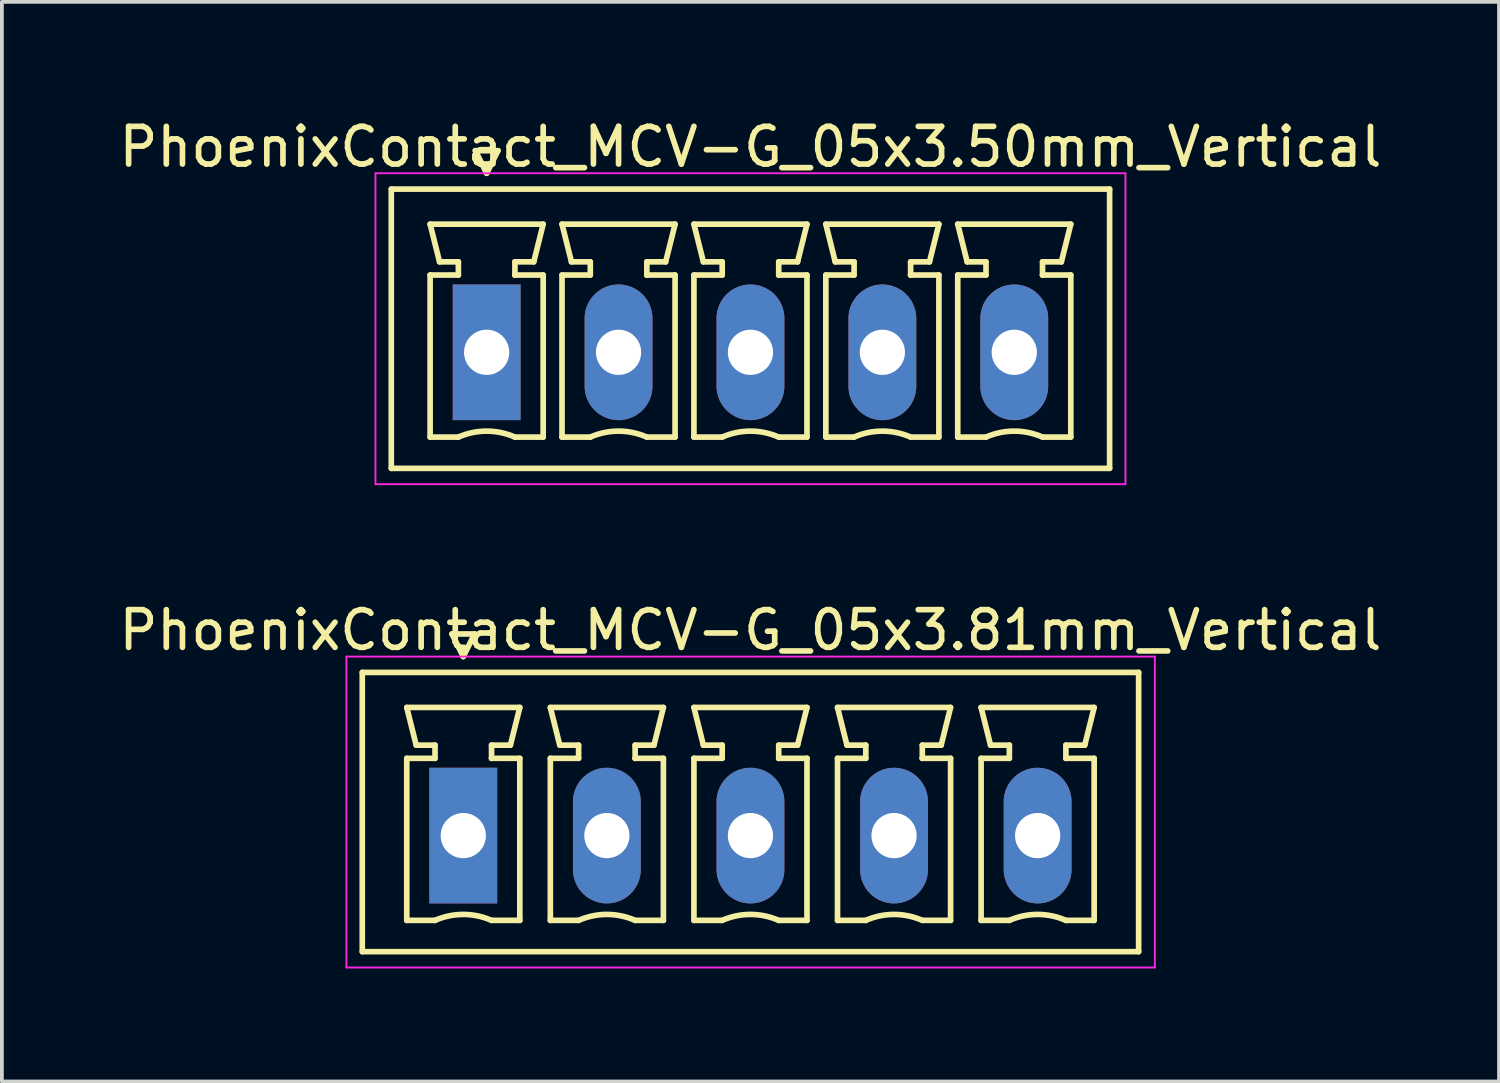
<source format=kicad_pcb>
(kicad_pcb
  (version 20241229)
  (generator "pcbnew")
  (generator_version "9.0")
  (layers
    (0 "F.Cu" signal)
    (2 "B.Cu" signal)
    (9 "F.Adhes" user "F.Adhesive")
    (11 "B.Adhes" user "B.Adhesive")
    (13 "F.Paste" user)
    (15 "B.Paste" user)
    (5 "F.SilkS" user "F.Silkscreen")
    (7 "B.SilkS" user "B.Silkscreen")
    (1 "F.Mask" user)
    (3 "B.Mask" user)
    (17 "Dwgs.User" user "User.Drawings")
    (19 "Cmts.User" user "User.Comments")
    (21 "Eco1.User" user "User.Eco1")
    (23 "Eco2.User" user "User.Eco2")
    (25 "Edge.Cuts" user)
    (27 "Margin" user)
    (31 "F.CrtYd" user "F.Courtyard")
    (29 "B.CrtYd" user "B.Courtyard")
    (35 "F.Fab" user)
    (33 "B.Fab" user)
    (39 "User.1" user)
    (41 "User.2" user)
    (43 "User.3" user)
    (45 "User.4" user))
  (footprint "PhoenixContact_MCV-G_05x3.81mm_Vertical"
    (layer "F.Cu")
    (at 9.243 19.122)
    (property "Reference" "PhoenixContact_MCV-G_05x3.81mm_Vertical" (at 7.62 -5.45 0) (layer "F.SilkS") (effects (font (size 1 1) (thickness 0.15))))
    (attr through_hole)
    (fp_line (start -2.68 -4.33) (end -2.68 3.08) (stroke (width 0.15) (type solid)) (layer "F.SilkS"))
    (fp_line (start -2.68 3.08) (end 17.92 3.08) (stroke (width 0.15) (type solid)) (layer "F.SilkS"))
    (fp_line (start -1.5 -3.4) (end 1.5 -3.4) (stroke (width 0.15) (type solid)) (layer "F.SilkS"))
    (fp_line (start -1.5 -2.05) (end -0.75 -2.05) (stroke (width 0.15) (type solid)) (layer "F.SilkS"))
    (fp_line (start -1.5 2.25) (end -1.5 -2.05) (stroke (width 0.15) (type solid)) (layer "F.SilkS"))
    (fp_line (start -1.25 -2.4) (end -1.5 -3.4) (stroke (width 0.15) (type solid)) (layer "F.SilkS"))
    (fp_line (start -0.75 -2.4) (end -1.25 -2.4) (stroke (width 0.15) (type solid)) (layer "F.SilkS"))
    (fp_line (start -0.75 -2.05) (end -0.75 -2.4) (stroke (width 0.15) (type solid)) (layer "F.SilkS"))
    (fp_line (start -0.75 2.25) (end -1.5 2.25) (stroke (width 0.15) (type solid)) (layer "F.SilkS"))
    (fp_line (start -0.3 -5.35) (end 0 -4.75) (stroke (width 0.15) (type solid)) (layer "F.SilkS"))
    (fp_line (start 0 -4.75) (end 0.3 -5.35) (stroke (width 0.15) (type solid)) (layer "F.SilkS"))
    (fp_line (start 0.3 -5.35) (end -0.3 -5.35) (stroke (width 0.15) (type solid)) (layer "F.SilkS"))
    (fp_line (start 0.75 -2.4) (end 0.75 -2.05) (stroke (width 0.15) (type solid)) (layer "F.SilkS"))
    (fp_line (start 0.75 -2.05) (end 0.75 -2.05) (stroke (width 0.15) (type solid)) (layer "F.SilkS"))
    (fp_line (start 0.75 -2.05) (end 1.5 -2.05) (stroke (width 0.15) (type solid)) (layer "F.SilkS"))
    (fp_line (start 1.25 -2.4) (end 0.75 -2.4) (stroke (width 0.15) (type solid)) (layer "F.SilkS"))
    (fp_line (start 1.5 -3.4) (end 1.25 -2.4) (stroke (width 0.15) (type solid)) (layer "F.SilkS"))
    (fp_line (start 1.5 -2.05) (end 1.5 2.25) (stroke (width 0.15) (type solid)) (layer "F.SilkS"))
    (fp_line (start 1.5 2.25) (end 0.75 2.25) (stroke (width 0.15) (type solid)) (layer "F.SilkS"))
    (fp_line (start 2.31 -3.4) (end 5.31 -3.4) (stroke (width 0.15) (type solid)) (layer "F.SilkS"))
    (fp_line (start 2.31 -2.05) (end 3.06 -2.05) (stroke (width 0.15) (type solid)) (layer "F.SilkS"))
    (fp_line (start 2.31 2.25) (end 2.31 -2.05) (stroke (width 0.15) (type solid)) (layer "F.SilkS"))
    (fp_line (start 2.56 -2.4) (end 2.31 -3.4) (stroke (width 0.15) (type solid)) (layer "F.SilkS"))
    (fp_line (start 3.06 -2.4) (end 2.56 -2.4) (stroke (width 0.15) (type solid)) (layer "F.SilkS"))
    (fp_line (start 3.06 -2.05) (end 3.06 -2.4) (stroke (width 0.15) (type solid)) (layer "F.SilkS"))
    (fp_line (start 3.06 2.25) (end 2.31 2.25) (stroke (width 0.15) (type solid)) (layer "F.SilkS"))
    (fp_line (start 4.56 -2.4) (end 4.56 -2.05) (stroke (width 0.15) (type solid)) (layer "F.SilkS"))
    (fp_line (start 4.56 -2.05) (end 4.56 -2.05) (stroke (width 0.15) (type solid)) (layer "F.SilkS"))
    (fp_line (start 4.56 -2.05) (end 5.31 -2.05) (stroke (width 0.15) (type solid)) (layer "F.SilkS"))
    (fp_line (start 5.06 -2.4) (end 4.56 -2.4) (stroke (width 0.15) (type solid)) (layer "F.SilkS"))
    (fp_line (start 5.31 -3.4) (end 5.06 -2.4) (stroke (width 0.15) (type solid)) (layer "F.SilkS"))
    (fp_line (start 5.31 -2.05) (end 5.31 2.25) (stroke (width 0.15) (type solid)) (layer "F.SilkS"))
    (fp_line (start 5.31 2.25) (end 4.56 2.25) (stroke (width 0.15) (type solid)) (layer "F.SilkS"))
    (fp_line (start 6.12 -3.4) (end 9.12 -3.4) (stroke (width 0.15) (type solid)) (layer "F.SilkS"))
    (fp_line (start 6.12 -2.05) (end 6.87 -2.05) (stroke (width 0.15) (type solid)) (layer "F.SilkS"))
    (fp_line (start 6.12 2.25) (end 6.12 -2.05) (stroke (width 0.15) (type solid)) (layer "F.SilkS"))
    (fp_line (start 6.37 -2.4) (end 6.12 -3.4) (stroke (width 0.15) (type solid)) (layer "F.SilkS"))
    (fp_line (start 6.87 -2.4) (end 6.37 -2.4) (stroke (width 0.15) (type solid)) (layer "F.SilkS"))
    (fp_line (start 6.87 -2.05) (end 6.87 -2.4) (stroke (width 0.15) (type solid)) (layer "F.SilkS"))
    (fp_line (start 6.87 2.25) (end 6.12 2.25) (stroke (width 0.15) (type solid)) (layer "F.SilkS"))
    (fp_line (start 8.37 -2.4) (end 8.37 -2.05) (stroke (width 0.15) (type solid)) (layer "F.SilkS"))
    (fp_line (start 8.37 -2.05) (end 8.37 -2.05) (stroke (width 0.15) (type solid)) (layer "F.SilkS"))
    (fp_line (start 8.37 -2.05) (end 9.12 -2.05) (stroke (width 0.15) (type solid)) (layer "F.SilkS"))
    (fp_line (start 8.87 -2.4) (end 8.37 -2.4) (stroke (width 0.15) (type solid)) (layer "F.SilkS"))
    (fp_line (start 9.12 -3.4) (end 8.87 -2.4) (stroke (width 0.15) (type solid)) (layer "F.SilkS"))
    (fp_line (start 9.12 -2.05) (end 9.12 2.25) (stroke (width 0.15) (type solid)) (layer "F.SilkS"))
    (fp_line (start 9.12 2.25) (end 8.37 2.25) (stroke (width 0.15) (type solid)) (layer "F.SilkS"))
    (fp_line (start 9.93 -3.4) (end 12.93 -3.4) (stroke (width 0.15) (type solid)) (layer "F.SilkS"))
    (fp_line (start 9.93 -2.05) (end 10.68 -2.05) (stroke (width 0.15) (type solid)) (layer "F.SilkS"))
    (fp_line (start 9.93 2.25) (end 9.93 -2.05) (stroke (width 0.15) (type solid)) (layer "F.SilkS"))
    (fp_line (start 10.18 -2.4) (end 9.93 -3.4) (stroke (width 0.15) (type solid)) (layer "F.SilkS"))
    (fp_line (start 10.68 -2.4) (end 10.18 -2.4) (stroke (width 0.15) (type solid)) (layer "F.SilkS"))
    (fp_line (start 10.68 -2.05) (end 10.68 -2.4) (stroke (width 0.15) (type solid)) (layer "F.SilkS"))
    (fp_line (start 10.68 2.25) (end 9.93 2.25) (stroke (width 0.15) (type solid)) (layer "F.SilkS"))
    (fp_line (start 12.18 -2.4) (end 12.18 -2.05) (stroke (width 0.15) (type solid)) (layer "F.SilkS"))
    (fp_line (start 12.18 -2.05) (end 12.18 -2.05) (stroke (width 0.15) (type solid)) (layer "F.SilkS"))
    (fp_line (start 12.18 -2.05) (end 12.93 -2.05) (stroke (width 0.15) (type solid)) (layer "F.SilkS"))
    (fp_line (start 12.68 -2.4) (end 12.18 -2.4) (stroke (width 0.15) (type solid)) (layer "F.SilkS"))
    (fp_line (start 12.93 -3.4) (end 12.68 -2.4) (stroke (width 0.15) (type solid)) (layer "F.SilkS"))
    (fp_line (start 12.93 -2.05) (end 12.93 2.25) (stroke (width 0.15) (type solid)) (layer "F.SilkS"))
    (fp_line (start 12.93 2.25) (end 12.18 2.25) (stroke (width 0.15) (type solid)) (layer "F.SilkS"))
    (fp_line (start 13.74 -3.4) (end 16.74 -3.4) (stroke (width 0.15) (type solid)) (layer "F.SilkS"))
    (fp_line (start 13.74 -2.05) (end 14.49 -2.05) (stroke (width 0.15) (type solid)) (layer "F.SilkS"))
    (fp_line (start 13.74 2.25) (end 13.74 -2.05) (stroke (width 0.15) (type solid)) (layer "F.SilkS"))
    (fp_line (start 13.99 -2.4) (end 13.74 -3.4) (stroke (width 0.15) (type solid)) (layer "F.SilkS"))
    (fp_line (start 14.49 -2.4) (end 13.99 -2.4) (stroke (width 0.15) (type solid)) (layer "F.SilkS"))
    (fp_line (start 14.49 -2.05) (end 14.49 -2.4) (stroke (width 0.15) (type solid)) (layer "F.SilkS"))
    (fp_line (start 14.49 2.25) (end 13.74 2.25) (stroke (width 0.15) (type solid)) (layer "F.SilkS"))
    (fp_line (start 15.99 -2.4) (end 15.99 -2.05) (stroke (width 0.15) (type solid)) (layer "F.SilkS"))
    (fp_line (start 15.99 -2.05) (end 15.99 -2.05) (stroke (width 0.15) (type solid)) (layer "F.SilkS"))
    (fp_line (start 15.99 -2.05) (end 16.74 -2.05) (stroke (width 0.15) (type solid)) (layer "F.SilkS"))
    (fp_line (start 16.49 -2.4) (end 15.99 -2.4) (stroke (width 0.15) (type solid)) (layer "F.SilkS"))
    (fp_line (start 16.74 -3.4) (end 16.49 -2.4) (stroke (width 0.15) (type solid)) (layer "F.SilkS"))
    (fp_line (start 16.74 -2.05) (end 16.74 2.25) (stroke (width 0.15) (type solid)) (layer "F.SilkS"))
    (fp_line (start 16.74 2.25) (end 15.99 2.25) (stroke (width 0.15) (type solid)) (layer "F.SilkS"))
    (fp_line (start 17.92 -4.33) (end -2.68 -4.33) (stroke (width 0.15) (type solid)) (layer "F.SilkS"))
    (fp_line (start 17.92 3.08) (end 17.92 -4.33) (stroke (width 0.15) (type solid)) (layer "F.SilkS"))
    (fp_arc (start -0.75 2.25) (mid -0.000193 2.09191) (end 0.749647 2.249844) (stroke (width 0.15) (type solid)) (layer "F.SilkS"))
    (fp_arc (start 3.06 2.25) (mid 3.809807 2.09191) (end 4.559647 2.249844) (stroke (width 0.15) (type solid)) (layer "F.SilkS"))
    (fp_arc (start 6.87 2.25) (mid 7.619807 2.09191) (end 8.369647 2.249844) (stroke (width 0.15) (type solid)) (layer "F.SilkS"))
    (fp_arc (start 10.68 2.25) (mid 11.429807 2.09191) (end 12.179647 2.249844) (stroke (width 0.15) (type solid)) (layer "F.SilkS"))
    (fp_arc (start 14.49 2.25) (mid 15.239807 2.09191) (end 15.989647 2.249844) (stroke (width 0.15) (type solid)) (layer "F.SilkS"))
    (fp_line (start -3.1 -4.75) (end -3.1 3.5) (stroke (width 0.05) (type solid)) (layer "F.CrtYd"))
    (fp_line (start -3.1 3.5) (end 18.35 3.5) (stroke (width 0.05) (type solid)) (layer "F.CrtYd"))
    (fp_line (start 18.35 -4.75) (end -3.1 -4.75) (stroke (width 0.05) (type solid)) (layer "F.CrtYd"))
    (fp_line (start 18.35 3.5) (end 18.35 -4.75) (stroke (width 0.05) (type solid)) (layer "F.CrtYd"))
    (pad "1" thru_hole rect (at 0 0) (size 1.8 3.6) (drill 1.2) (layers "*.Cu" "*.Mask"))
    (pad "2" thru_hole oval (at 3.81 0) (size 1.8 3.6) (drill 1.2) (layers "*.Cu" "*.Mask"))
    (pad "3" thru_hole oval (at 7.62 0) (size 1.8 3.6) (drill 1.2) (layers "*.Cu" "*.Mask"))
    (pad "4" thru_hole oval (at 11.43 0) (size 1.8 3.6) (drill 1.2) (layers "*.Cu" "*.Mask"))
    (pad "5" thru_hole oval (at 15.24 0) (size 1.8 3.6) (drill 1.2) (layers "*.Cu" "*.Mask")))
  (footprint "PhoenixContact_MCV-G_05x3.50mm_Vertical"
    (layer "F.Cu")
    (at 9.863 6.298)
    (property "Reference" "PhoenixContact_MCV-G_05x3.50mm_Vertical" (at 7 -5.45 0) (layer "F.SilkS") (effects (font (size 1 1) (thickness 0.15))))
    (attr through_hole)
    (fp_line (start -2.53 -4.33) (end -2.53 3.08) (stroke (width 0.15) (type solid)) (layer "F.SilkS"))
    (fp_line (start -2.53 3.08) (end 16.53 3.08) (stroke (width 0.15) (type solid)) (layer "F.SilkS"))
    (fp_line (start -1.5 -3.4) (end 1.5 -3.4) (stroke (width 0.15) (type solid)) (layer "F.SilkS"))
    (fp_line (start -1.5 -2.05) (end -0.75 -2.05) (stroke (width 0.15) (type solid)) (layer "F.SilkS"))
    (fp_line (start -1.5 2.25) (end -1.5 -2.05) (stroke (width 0.15) (type solid)) (layer "F.SilkS"))
    (fp_line (start -1.25 -2.4) (end -1.5 -3.4) (stroke (width 0.15) (type solid)) (layer "F.SilkS"))
    (fp_line (start -0.75 -2.4) (end -1.25 -2.4) (stroke (width 0.15) (type solid)) (layer "F.SilkS"))
    (fp_line (start -0.75 -2.05) (end -0.75 -2.4) (stroke (width 0.15) (type solid)) (layer "F.SilkS"))
    (fp_line (start -0.75 2.25) (end -1.5 2.25) (stroke (width 0.15) (type solid)) (layer "F.SilkS"))
    (fp_line (start -0.3 -5.35) (end 0 -4.75) (stroke (width 0.15) (type solid)) (layer "F.SilkS"))
    (fp_line (start 0 -4.75) (end 0.3 -5.35) (stroke (width 0.15) (type solid)) (layer "F.SilkS"))
    (fp_line (start 0.3 -5.35) (end -0.3 -5.35) (stroke (width 0.15) (type solid)) (layer "F.SilkS"))
    (fp_line (start 0.75 -2.4) (end 0.75 -2.05) (stroke (width 0.15) (type solid)) (layer "F.SilkS"))
    (fp_line (start 0.75 -2.05) (end 0.75 -2.05) (stroke (width 0.15) (type solid)) (layer "F.SilkS"))
    (fp_line (start 0.75 -2.05) (end 1.5 -2.05) (stroke (width 0.15) (type solid)) (layer "F.SilkS"))
    (fp_line (start 1.25 -2.4) (end 0.75 -2.4) (stroke (width 0.15) (type solid)) (layer "F.SilkS"))
    (fp_line (start 1.5 -3.4) (end 1.25 -2.4) (stroke (width 0.15) (type solid)) (layer "F.SilkS"))
    (fp_line (start 1.5 -2.05) (end 1.5 2.25) (stroke (width 0.15) (type solid)) (layer "F.SilkS"))
    (fp_line (start 1.5 2.25) (end 0.75 2.25) (stroke (width 0.15) (type solid)) (layer "F.SilkS"))
    (fp_line (start 2 -3.4) (end 5 -3.4) (stroke (width 0.15) (type solid)) (layer "F.SilkS"))
    (fp_line (start 2 -2.05) (end 2.75 -2.05) (stroke (width 0.15) (type solid)) (layer "F.SilkS"))
    (fp_line (start 2 2.25) (end 2 -2.05) (stroke (width 0.15) (type solid)) (layer "F.SilkS"))
    (fp_line (start 2.25 -2.4) (end 2 -3.4) (stroke (width 0.15) (type solid)) (layer "F.SilkS"))
    (fp_line (start 2.75 -2.4) (end 2.25 -2.4) (stroke (width 0.15) (type solid)) (layer "F.SilkS"))
    (fp_line (start 2.75 -2.05) (end 2.75 -2.4) (stroke (width 0.15) (type solid)) (layer "F.SilkS"))
    (fp_line (start 2.75 2.25) (end 2 2.25) (stroke (width 0.15) (type solid)) (layer "F.SilkS"))
    (fp_line (start 4.25 -2.4) (end 4.25 -2.05) (stroke (width 0.15) (type solid)) (layer "F.SilkS"))
    (fp_line (start 4.25 -2.05) (end 4.25 -2.05) (stroke (width 0.15) (type solid)) (layer "F.SilkS"))
    (fp_line (start 4.25 -2.05) (end 5 -2.05) (stroke (width 0.15) (type solid)) (layer "F.SilkS"))
    (fp_line (start 4.75 -2.4) (end 4.25 -2.4) (stroke (width 0.15) (type solid)) (layer "F.SilkS"))
    (fp_line (start 5 -3.4) (end 4.75 -2.4) (stroke (width 0.15) (type solid)) (layer "F.SilkS"))
    (fp_line (start 5 -2.05) (end 5 2.25) (stroke (width 0.15) (type solid)) (layer "F.SilkS"))
    (fp_line (start 5 2.25) (end 4.25 2.25) (stroke (width 0.15) (type solid)) (layer "F.SilkS"))
    (fp_line (start 5.5 -3.4) (end 8.5 -3.4) (stroke (width 0.15) (type solid)) (layer "F.SilkS"))
    (fp_line (start 5.5 -2.05) (end 6.25 -2.05) (stroke (width 0.15) (type solid)) (layer "F.SilkS"))
    (fp_line (start 5.5 2.25) (end 5.5 -2.05) (stroke (width 0.15) (type solid)) (layer "F.SilkS"))
    (fp_line (start 5.75 -2.4) (end 5.5 -3.4) (stroke (width 0.15) (type solid)) (layer "F.SilkS"))
    (fp_line (start 6.25 -2.4) (end 5.75 -2.4) (stroke (width 0.15) (type solid)) (layer "F.SilkS"))
    (fp_line (start 6.25 -2.05) (end 6.25 -2.4) (stroke (width 0.15) (type solid)) (layer "F.SilkS"))
    (fp_line (start 6.25 2.25) (end 5.5 2.25) (stroke (width 0.15) (type solid)) (layer "F.SilkS"))
    (fp_line (start 7.75 -2.4) (end 7.75 -2.05) (stroke (width 0.15) (type solid)) (layer "F.SilkS"))
    (fp_line (start 7.75 -2.05) (end 7.75 -2.05) (stroke (width 0.15) (type solid)) (layer "F.SilkS"))
    (fp_line (start 7.75 -2.05) (end 8.5 -2.05) (stroke (width 0.15) (type solid)) (layer "F.SilkS"))
    (fp_line (start 8.25 -2.4) (end 7.75 -2.4) (stroke (width 0.15) (type solid)) (layer "F.SilkS"))
    (fp_line (start 8.5 -3.4) (end 8.25 -2.4) (stroke (width 0.15) (type solid)) (layer "F.SilkS"))
    (fp_line (start 8.5 -2.05) (end 8.5 2.25) (stroke (width 0.15) (type solid)) (layer "F.SilkS"))
    (fp_line (start 8.5 2.25) (end 7.75 2.25) (stroke (width 0.15) (type solid)) (layer "F.SilkS"))
    (fp_line (start 9 -3.4) (end 12 -3.4) (stroke (width 0.15) (type solid)) (layer "F.SilkS"))
    (fp_line (start 9 -2.05) (end 9.75 -2.05) (stroke (width 0.15) (type solid)) (layer "F.SilkS"))
    (fp_line (start 9 2.25) (end 9 -2.05) (stroke (width 0.15) (type solid)) (layer "F.SilkS"))
    (fp_line (start 9.25 -2.4) (end 9 -3.4) (stroke (width 0.15) (type solid)) (layer "F.SilkS"))
    (fp_line (start 9.75 -2.4) (end 9.25 -2.4) (stroke (width 0.15) (type solid)) (layer "F.SilkS"))
    (fp_line (start 9.75 -2.05) (end 9.75 -2.4) (stroke (width 0.15) (type solid)) (layer "F.SilkS"))
    (fp_line (start 9.75 2.25) (end 9 2.25) (stroke (width 0.15) (type solid)) (layer "F.SilkS"))
    (fp_line (start 11.25 -2.4) (end 11.25 -2.05) (stroke (width 0.15) (type solid)) (layer "F.SilkS"))
    (fp_line (start 11.25 -2.05) (end 11.25 -2.05) (stroke (width 0.15) (type solid)) (layer "F.SilkS"))
    (fp_line (start 11.25 -2.05) (end 12 -2.05) (stroke (width 0.15) (type solid)) (layer "F.SilkS"))
    (fp_line (start 11.75 -2.4) (end 11.25 -2.4) (stroke (width 0.15) (type solid)) (layer "F.SilkS"))
    (fp_line (start 12 -3.4) (end 11.75 -2.4) (stroke (width 0.15) (type solid)) (layer "F.SilkS"))
    (fp_line (start 12 -2.05) (end 12 2.25) (stroke (width 0.15) (type solid)) (layer "F.SilkS"))
    (fp_line (start 12 2.25) (end 11.25 2.25) (stroke (width 0.15) (type solid)) (layer "F.SilkS"))
    (fp_line (start 12.5 -3.4) (end 15.5 -3.4) (stroke (width 0.15) (type solid)) (layer "F.SilkS"))
    (fp_line (start 12.5 -2.05) (end 13.25 -2.05) (stroke (width 0.15) (type solid)) (layer "F.SilkS"))
    (fp_line (start 12.5 2.25) (end 12.5 -2.05) (stroke (width 0.15) (type solid)) (layer "F.SilkS"))
    (fp_line (start 12.75 -2.4) (end 12.5 -3.4) (stroke (width 0.15) (type solid)) (layer "F.SilkS"))
    (fp_line (start 13.25 -2.4) (end 12.75 -2.4) (stroke (width 0.15) (type solid)) (layer "F.SilkS"))
    (fp_line (start 13.25 -2.05) (end 13.25 -2.4) (stroke (width 0.15) (type solid)) (layer "F.SilkS"))
    (fp_line (start 13.25 2.25) (end 12.5 2.25) (stroke (width 0.15) (type solid)) (layer "F.SilkS"))
    (fp_line (start 14.75 -2.4) (end 14.75 -2.05) (stroke (width 0.15) (type solid)) (layer "F.SilkS"))
    (fp_line (start 14.75 -2.05) (end 14.75 -2.05) (stroke (width 0.15) (type solid)) (layer "F.SilkS"))
    (fp_line (start 14.75 -2.05) (end 15.5 -2.05) (stroke (width 0.15) (type solid)) (layer "F.SilkS"))
    (fp_line (start 15.25 -2.4) (end 14.75 -2.4) (stroke (width 0.15) (type solid)) (layer "F.SilkS"))
    (fp_line (start 15.5 -3.4) (end 15.25 -2.4) (stroke (width 0.15) (type solid)) (layer "F.SilkS"))
    (fp_line (start 15.5 -2.05) (end 15.5 2.25) (stroke (width 0.15) (type solid)) (layer "F.SilkS"))
    (fp_line (start 15.5 2.25) (end 14.75 2.25) (stroke (width 0.15) (type solid)) (layer "F.SilkS"))
    (fp_line (start 16.53 -4.33) (end -2.53 -4.33) (stroke (width 0.15) (type solid)) (layer "F.SilkS"))
    (fp_line (start 16.53 3.08) (end 16.53 -4.33) (stroke (width 0.15) (type solid)) (layer "F.SilkS"))
    (fp_arc (start -0.75 2.25) (mid -0.000193 2.09191) (end 0.749647 2.249844) (stroke (width 0.15) (type solid)) (layer "F.SilkS"))
    (fp_arc (start 2.75 2.25) (mid 3.499807 2.09191) (end 4.249647 2.249844) (stroke (width 0.15) (type solid)) (layer "F.SilkS"))
    (fp_arc (start 6.25 2.25) (mid 6.999807 2.09191) (end 7.749647 2.249844) (stroke (width 0.15) (type solid)) (layer "F.SilkS"))
    (fp_arc (start 9.75 2.25) (mid 10.499807 2.09191) (end 11.249647 2.249844) (stroke (width 0.15) (type solid)) (layer "F.SilkS"))
    (fp_arc (start 13.25 2.25) (mid 13.999807 2.09191) (end 14.749647 2.249844) (stroke (width 0.15) (type solid)) (layer "F.SilkS"))
    (fp_line (start -2.95 -4.75) (end -2.95 3.5) (stroke (width 0.05) (type solid)) (layer "F.CrtYd"))
    (fp_line (start -2.95 3.5) (end 16.95 3.5) (stroke (width 0.05) (type solid)) (layer "F.CrtYd"))
    (fp_line (start 16.95 -4.75) (end -2.95 -4.75) (stroke (width 0.05) (type solid)) (layer "F.CrtYd"))
    (fp_line (start 16.95 3.5) (end 16.95 -4.75) (stroke (width 0.05) (type solid)) (layer "F.CrtYd"))
    (pad "1" thru_hole rect (at 0 0) (size 1.8 3.6) (drill 1.2) (layers "*.Cu" "*.Mask"))
    (pad "2" thru_hole oval (at 3.5 0) (size 1.8 3.6) (drill 1.2) (layers "*.Cu" "*.Mask"))
    (pad "3" thru_hole oval (at 7 0) (size 1.8 3.6) (drill 1.2) (layers "*.Cu" "*.Mask"))
    (pad "4" thru_hole oval (at 10.5 0) (size 1.8 3.6) (drill 1.2) (layers "*.Cu" "*.Mask"))
    (pad "5" thru_hole oval (at 14 0) (size 1.8 3.6) (drill 1.2) (layers "*.Cu" "*.Mask")))
  (gr_rect
    (start -3 -3)
    (end 36.726 25.646)
    (stroke (width 0.1) (type default))
    (fill no)
    (layer "Edge.Cuts")))
</source>
